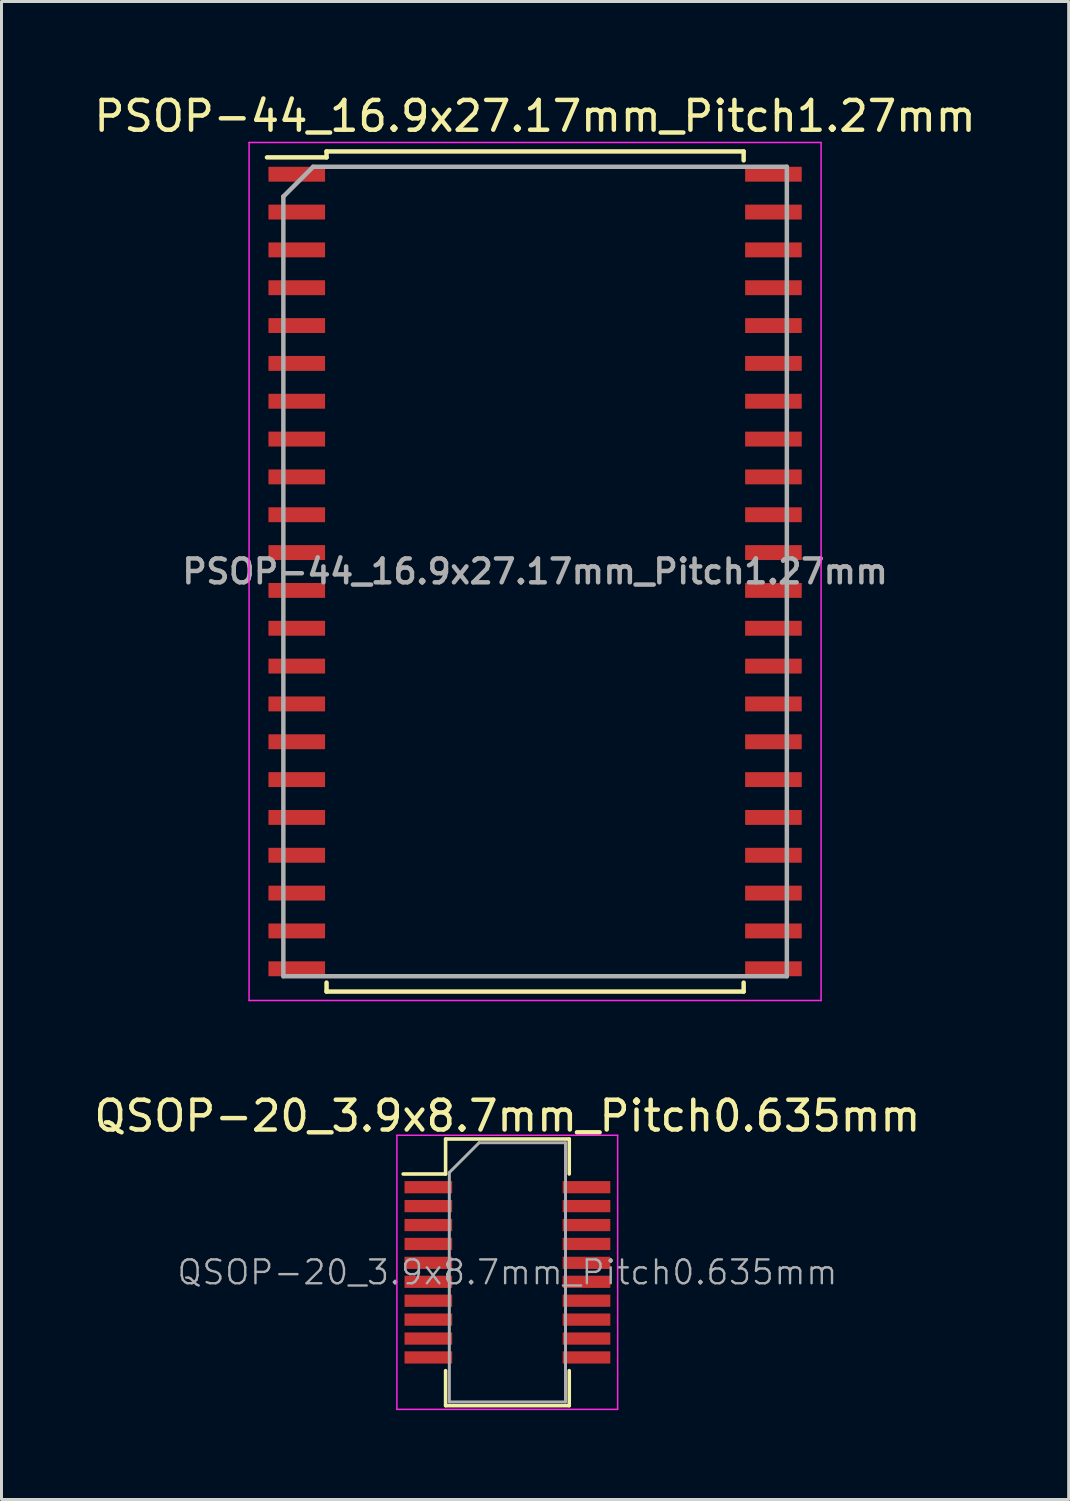
<source format=kicad_pcb>
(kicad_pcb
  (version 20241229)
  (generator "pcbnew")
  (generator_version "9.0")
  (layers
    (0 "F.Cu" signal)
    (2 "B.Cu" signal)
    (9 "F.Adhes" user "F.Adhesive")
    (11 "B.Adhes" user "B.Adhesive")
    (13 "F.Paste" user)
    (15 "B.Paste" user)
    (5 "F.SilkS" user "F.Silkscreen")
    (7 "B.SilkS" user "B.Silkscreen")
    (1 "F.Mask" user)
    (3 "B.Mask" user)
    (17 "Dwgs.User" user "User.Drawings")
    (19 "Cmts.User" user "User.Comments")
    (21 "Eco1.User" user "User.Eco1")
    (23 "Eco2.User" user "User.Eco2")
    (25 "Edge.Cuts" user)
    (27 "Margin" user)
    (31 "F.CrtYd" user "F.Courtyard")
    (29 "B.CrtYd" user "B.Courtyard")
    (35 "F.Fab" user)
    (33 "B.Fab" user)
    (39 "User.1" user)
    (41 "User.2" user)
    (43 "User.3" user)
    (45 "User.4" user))
  (footprint "PSOP-44_16.9x27.17mm_Pitch1.27mm"
    (layer "F.Cu")
    (at 14.911 16.133)
    (property "Reference" "PSOP-44_16.9x27.17mm_Pitch1.27mm" (at 0 -15.285 0) (layer "F.SilkS") (effects (font (size 1 1) (thickness 0.15))))
    (attr smd)
    (fp_line (start -7 -14.1) (end -7 -13.9) (stroke (width 0.15) (type solid)) (layer "F.SilkS"))
    (fp_line (start -7 -14.1) (end 7 -14.1) (stroke (width 0.15) (type solid)) (layer "F.SilkS"))
    (fp_line (start -7 -13.9) (end -9 -13.9) (stroke (width 0.15) (type solid)) (layer "F.SilkS"))
    (fp_line (start -7 13.8) (end -7 14.1) (stroke (width 0.15) (type solid)) (layer "F.SilkS"))
    (fp_line (start -7 14.1) (end 7 14.1) (stroke (width 0.15) (type solid)) (layer "F.SilkS"))
    (fp_line (start 7 -14.1) (end 7 -13.8) (stroke (width 0.15) (type solid)) (layer "F.SilkS"))
    (fp_line (start 7 13.8) (end 7 14.1) (stroke (width 0.15) (type solid)) (layer "F.SilkS"))
    (fp_line (start -9.6 -14.4) (end -9.6 14.4) (stroke (width 0.05) (type solid)) (layer "F.CrtYd"))
    (fp_line (start -9.6 -14.4) (end 9.6 -14.4) (stroke (width 0.05) (type solid)) (layer "F.CrtYd"))
    (fp_line (start -9.6 14.4) (end 9.6 14.4) (stroke (width 0.05) (type solid)) (layer "F.CrtYd"))
    (fp_line (start 9.6 -14.4) (end 9.6 14.4) (stroke (width 0.05) (type solid)) (layer "F.CrtYd"))
    (fp_line (start -8.45 -12.585) (end -7.45 -13.585) (stroke (width 0.15) (type solid)) (layer "F.Fab"))
    (fp_line (start -8.45 13.585) (end -8.45 -12.585) (stroke (width 0.15) (type solid)) (layer "F.Fab"))
    (fp_line (start -7.45 -13.585) (end 8.45 -13.585) (stroke (width 0.15) (type solid)) (layer "F.Fab"))
    (fp_line (start 8.45 -13.585) (end 8.45 13.585) (stroke (width 0.15) (type solid)) (layer "F.Fab"))
    (fp_line (start 8.45 13.585) (end -8.45 13.585) (stroke (width 0.15) (type solid)) (layer "F.Fab"))
    (fp_text user "${REFERENCE}" (at 0 0 0) (layer "F.Fab") (effects (font (size 0.8 0.8) (thickness 0.15))))
    (pad "1" smd rect (at -8 -13.335 270) (size 0.5 1.9) (layers "F.Cu" "F.Mask" "F.Paste"))
    (pad "2" smd rect (at -8 -12.065 270) (size 0.5 1.9) (layers "F.Cu" "F.Mask" "F.Paste"))
    (pad "3" smd rect (at -8 -10.795 270) (size 0.5 1.9) (layers "F.Cu" "F.Mask" "F.Paste"))
    (pad "4" smd rect (at -8 -9.525 270) (size 0.5 1.9) (layers "F.Cu" "F.Mask" "F.Paste"))
    (pad "5" smd rect (at -8 -8.255 270) (size 0.5 1.9) (layers "F.Cu" "F.Mask" "F.Paste"))
    (pad "6" smd rect (at -8 -6.985 270) (size 0.5 1.9) (layers "F.Cu" "F.Mask" "F.Paste"))
    (pad "7" smd rect (at -8 -5.715 270) (size 0.5 1.9) (layers "F.Cu" "F.Mask" "F.Paste"))
    (pad "8" smd rect (at -8 -4.445 270) (size 0.5 1.9) (layers "F.Cu" "F.Mask" "F.Paste"))
    (pad "9" smd rect (at -8 -3.175 270) (size 0.5 1.9) (layers "F.Cu" "F.Mask" "F.Paste"))
    (pad "10" smd rect (at -8 -1.905 270) (size 0.5 1.9) (layers "F.Cu" "F.Mask" "F.Paste"))
    (pad "11" smd rect (at -8 -0.635 270) (size 0.5 1.9) (layers "F.Cu" "F.Mask" "F.Paste"))
    (pad "12" smd rect (at -8 0.635 270) (size 0.5 1.9) (layers "F.Cu" "F.Mask" "F.Paste"))
    (pad "13" smd rect (at -8 1.905 270) (size 0.5 1.9) (layers "F.Cu" "F.Mask" "F.Paste"))
    (pad "14" smd rect (at -8 3.175 270) (size 0.5 1.9) (layers "F.Cu" "F.Mask" "F.Paste"))
    (pad "15" smd rect (at -8 4.445 270) (size 0.5 1.9) (layers "F.Cu" "F.Mask" "F.Paste"))
    (pad "16" smd rect (at -8 5.715 270) (size 0.5 1.9) (layers "F.Cu" "F.Mask" "F.Paste"))
    (pad "17" smd rect (at -8 6.985 270) (size 0.5 1.9) (layers "F.Cu" "F.Mask" "F.Paste"))
    (pad "18" smd rect (at -8 8.255 270) (size 0.5 1.9) (layers "F.Cu" "F.Mask" "F.Paste"))
    (pad "19" smd rect (at -8 9.525 270) (size 0.5 1.9) (layers "F.Cu" "F.Mask" "F.Paste"))
    (pad "20" smd rect (at -8 10.795 270) (size 0.5 1.9) (layers "F.Cu" "F.Mask" "F.Paste"))
    (pad "21" smd rect (at -8 12.065 270) (size 0.5 1.9) (layers "F.Cu" "F.Mask" "F.Paste"))
    (pad "22" smd rect (at -8 13.335 270) (size 0.5 1.9) (layers "F.Cu" "F.Mask" "F.Paste"))
    (pad "23" smd rect (at 8 13.335 270) (size 0.5 1.9) (layers "F.Cu" "F.Mask" "F.Paste"))
    (pad "24" smd rect (at 8 12.065 270) (size 0.5 1.9) (layers "F.Cu" "F.Mask" "F.Paste"))
    (pad "25" smd rect (at 8 10.795 270) (size 0.5 1.9) (layers "F.Cu" "F.Mask" "F.Paste"))
    (pad "26" smd rect (at 8 9.525 270) (size 0.5 1.9) (layers "F.Cu" "F.Mask" "F.Paste"))
    (pad "27" smd rect (at 8 8.255 270) (size 0.5 1.9) (layers "F.Cu" "F.Mask" "F.Paste"))
    (pad "28" smd rect (at 8 6.985 270) (size 0.5 1.9) (layers "F.Cu" "F.Mask" "F.Paste"))
    (pad "29" smd rect (at 8 5.715 270) (size 0.5 1.9) (layers "F.Cu" "F.Mask" "F.Paste"))
    (pad "30" smd rect (at 8 4.445 270) (size 0.5 1.9) (layers "F.Cu" "F.Mask" "F.Paste"))
    (pad "31" smd rect (at 8 3.175 270) (size 0.5 1.9) (layers "F.Cu" "F.Mask" "F.Paste"))
    (pad "32" smd rect (at 8 1.905 270) (size 0.5 1.9) (layers "F.Cu" "F.Mask" "F.Paste"))
    (pad "33" smd rect (at 8 0.635 270) (size 0.5 1.9) (layers "F.Cu" "F.Mask" "F.Paste"))
    (pad "34" smd rect (at 8 -0.635 270) (size 0.5 1.9) (layers "F.Cu" "F.Mask" "F.Paste"))
    (pad "35" smd rect (at 8 -1.905 270) (size 0.5 1.9) (layers "F.Cu" "F.Mask" "F.Paste"))
    (pad "36" smd rect (at 8 -3.175 270) (size 0.5 1.9) (layers "F.Cu" "F.Mask" "F.Paste"))
    (pad "37" smd rect (at 8 -4.445 270) (size 0.5 1.9) (layers "F.Cu" "F.Mask" "F.Paste"))
    (pad "38" smd rect (at 8 -5.715 270) (size 0.5 1.9) (layers "F.Cu" "F.Mask" "F.Paste"))
    (pad "39" smd rect (at 8 -6.985 270) (size 0.5 1.9) (layers "F.Cu" "F.Mask" "F.Paste"))
    (pad "40" smd rect (at 8 -8.255 270) (size 0.5 1.9) (layers "F.Cu" "F.Mask" "F.Paste"))
    (pad "41" smd rect (at 8 -9.525 270) (size 0.5 1.9) (layers "F.Cu" "F.Mask" "F.Paste"))
    (pad "42" smd rect (at 8 -10.795 270) (size 0.5 1.9) (layers "F.Cu" "F.Mask" "F.Paste"))
    (pad "43" smd rect (at 8 -12.065 270) (size 0.5 1.9) (layers "F.Cu" "F.Mask" "F.Paste"))
    (pad "44" smd rect (at 8 -13.335 270) (size 0.5 1.9) (layers "F.Cu" "F.Mask" "F.Paste")))
  (footprint "QSOP-20_3.9x8.7mm_Pitch0.635mm"
    (layer "F.Cu")
    (at 13.982 39.657)
    (property "Reference" "QSOP-20_3.9x8.7mm_Pitch0.635mm" (at 0 -5.25 0) (layer "F.SilkS") (effects (font (size 1 1) (thickness 0.15))))
    (attr smd)
    (fp_line (start -3.5 -3.3) (end -2.075 -3.3) (stroke (width 0.12) (type solid)) (layer "F.SilkS"))
    (fp_line (start -2.075 -4.475) (end 2.075 -4.475) (stroke (width 0.12) (type solid)) (layer "F.SilkS"))
    (fp_line (start -2.075 -3.3) (end -2.075 -4.475) (stroke (width 0.12) (type solid)) (layer "F.SilkS"))
    (fp_line (start -2.075 3.3) (end -2.075 4.475) (stroke (width 0.12) (type solid)) (layer "F.SilkS"))
    (fp_line (start -2.075 4.475) (end 2.075 4.475) (stroke (width 0.12) (type solid)) (layer "F.SilkS"))
    (fp_line (start 2.075 -3.3) (end 2.075 -4.475) (stroke (width 0.12) (type solid)) (layer "F.SilkS"))
    (fp_line (start 2.075 3.3) (end 2.075 4.475) (stroke (width 0.12) (type solid)) (layer "F.SilkS"))
    (fp_line (start -3.71 -4.6) (end -3.71 4.6) (stroke (width 0.05) (type solid)) (layer "F.CrtYd"))
    (fp_line (start -3.71 -4.6) (end 3.7 -4.6) (stroke (width 0.05) (type solid)) (layer "F.CrtYd"))
    (fp_line (start -3.71 4.6) (end 3.7 4.6) (stroke (width 0.05) (type solid)) (layer "F.CrtYd"))
    (fp_line (start 3.7 -4.6) (end 3.7 4.6) (stroke (width 0.05) (type solid)) (layer "F.CrtYd"))
    (fp_line (start -1.95 -3.35) (end -0.95 -4.35) (stroke (width 0.1) (type solid)) (layer "F.Fab"))
    (fp_line (start -1.95 4.35) (end -1.95 -3.35) (stroke (width 0.1) (type solid)) (layer "F.Fab"))
    (fp_line (start -0.95 -4.35) (end 1.95 -4.35) (stroke (width 0.1) (type solid)) (layer "F.Fab"))
    (fp_line (start 1.95 -4.35) (end 1.95 4.35) (stroke (width 0.1) (type solid)) (layer "F.Fab"))
    (fp_line (start 1.95 4.35) (end -1.95 4.35) (stroke (width 0.1) (type solid)) (layer "F.Fab"))
    (fp_text user "${REFERENCE}" (at 0 0 0) (layer "F.Fab") (effects (font (size 0.8 0.8) (thickness 0.08))))
    (pad "1" smd rect (at -2.654 -2.857) (size 1.6 0.41) (layers "F.Cu" "F.Mask" "F.Paste"))
    (pad "2" smd rect (at -2.654 -2.223) (size 1.6 0.41) (layers "F.Cu" "F.Mask" "F.Paste"))
    (pad "3" smd rect (at -2.654 -1.587) (size 1.6 0.41) (layers "F.Cu" "F.Mask" "F.Paste"))
    (pad "4" smd rect (at -2.654 -0.953) (size 1.6 0.41) (layers "F.Cu" "F.Mask" "F.Paste"))
    (pad "5" smd rect (at -2.654 -0.318) (size 1.6 0.41) (layers "F.Cu" "F.Mask" "F.Paste"))
    (pad "6" smd rect (at -2.654 0.318) (size 1.6 0.41) (layers "F.Cu" "F.Mask" "F.Paste"))
    (pad "7" smd rect (at -2.654 0.953) (size 1.6 0.41) (layers "F.Cu" "F.Mask" "F.Paste"))
    (pad "8" smd rect (at -2.654 1.587) (size 1.6 0.41) (layers "F.Cu" "F.Mask" "F.Paste"))
    (pad "9" smd rect (at -2.654 2.223) (size 1.6 0.41) (layers "F.Cu" "F.Mask" "F.Paste"))
    (pad "10" smd rect (at -2.654 2.857) (size 1.6 0.41) (layers "F.Cu" "F.Mask" "F.Paste"))
    (pad "11" smd rect (at 2.654 2.857) (size 1.6 0.41) (layers "F.Cu" "F.Mask" "F.Paste"))
    (pad "12" smd rect (at 2.654 2.223) (size 1.6 0.41) (layers "F.Cu" "F.Mask" "F.Paste"))
    (pad "13" smd rect (at 2.654 1.587) (size 1.6 0.41) (layers "F.Cu" "F.Mask" "F.Paste"))
    (pad "14" smd rect (at 2.654 0.953) (size 1.6 0.41) (layers "F.Cu" "F.Mask" "F.Paste"))
    (pad "15" smd rect (at 2.654 0.318) (size 1.6 0.41) (layers "F.Cu" "F.Mask" "F.Paste"))
    (pad "16" smd rect (at 2.654 -0.318) (size 1.6 0.41) (layers "F.Cu" "F.Mask" "F.Paste"))
    (pad "17" smd rect (at 2.654 -0.953) (size 1.6 0.41) (layers "F.Cu" "F.Mask" "F.Paste"))
    (pad "18" smd rect (at 2.654 -1.587) (size 1.6 0.41) (layers "F.Cu" "F.Mask" "F.Paste"))
    (pad "19" smd rect (at 2.654 -2.223) (size 1.6 0.41) (layers "F.Cu" "F.Mask" "F.Paste"))
    (pad "20" smd rect (at 2.654 -2.857) (size 1.6 0.41) (layers "F.Cu" "F.Mask" "F.Paste")))
  (gr_rect
    (start -3 -3)
    (end 32.821 47.282)
    (stroke (width 0.1) (type default))
    (fill no)
    (layer "Edge.Cuts")))
</source>
